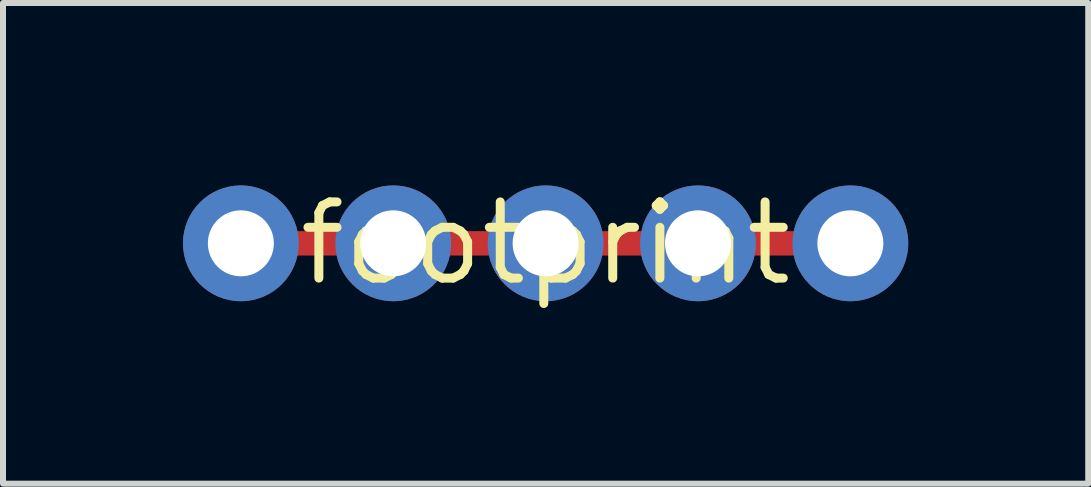
<source format=kicad_pcb>
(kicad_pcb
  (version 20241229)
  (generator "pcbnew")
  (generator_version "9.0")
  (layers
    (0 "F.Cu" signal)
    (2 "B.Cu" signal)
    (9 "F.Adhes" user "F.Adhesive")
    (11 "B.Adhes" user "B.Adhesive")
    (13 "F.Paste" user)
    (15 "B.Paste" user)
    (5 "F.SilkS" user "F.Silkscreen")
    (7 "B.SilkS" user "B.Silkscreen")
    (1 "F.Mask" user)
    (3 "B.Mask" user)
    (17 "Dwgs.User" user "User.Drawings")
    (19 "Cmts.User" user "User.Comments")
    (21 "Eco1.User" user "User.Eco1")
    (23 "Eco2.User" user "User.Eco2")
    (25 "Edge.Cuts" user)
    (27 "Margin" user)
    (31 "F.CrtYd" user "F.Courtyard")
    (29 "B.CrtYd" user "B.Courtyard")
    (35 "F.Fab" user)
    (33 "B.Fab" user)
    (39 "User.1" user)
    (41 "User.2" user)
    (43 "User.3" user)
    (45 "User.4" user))
  (footprint "footprint"
    (layer "F.Cu")
    (at 6.045 1.006)
    (property "Reference" "footprint" (at 0 0 0) (layer "F.SilkS") (effects (font (size 1.27 1.27) (thickness 0.15))))
    (fp_line (start -5.08 0) (end 5.08 0) (stroke (width 0.406) (type solid)) (layer "F.Cu"))
    (pad "P$1" thru_hole circle (at 0 0) (size 1.93 1.93) (drill 1.1) (layers "*.Cu" "*.Mask"))
    (pad "P$2" thru_hole circle (at -2.54 0) (size 1.93 1.93) (drill 1.1) (layers "*.Cu" "*.Mask"))
    (pad "P$3" thru_hole circle (at -5.08 0) (size 1.93 1.93) (drill 1.1) (layers "*.Cu" "*.Mask"))
    (pad "P$4" thru_hole circle (at 5.08 0) (size 1.93 1.93) (drill 1.1) (layers "*.Cu" "*.Mask"))
    (pad "P$5" thru_hole circle (at 2.54 0) (size 1.93 1.93) (drill 1.1) (layers "*.Cu" "*.Mask")))
  (gr_rect
    (start -3 -3)
    (end 15.09 5.012)
    (stroke (width 0.1) (type default))
    (fill no)
    (layer "Edge.Cuts")))
</source>
